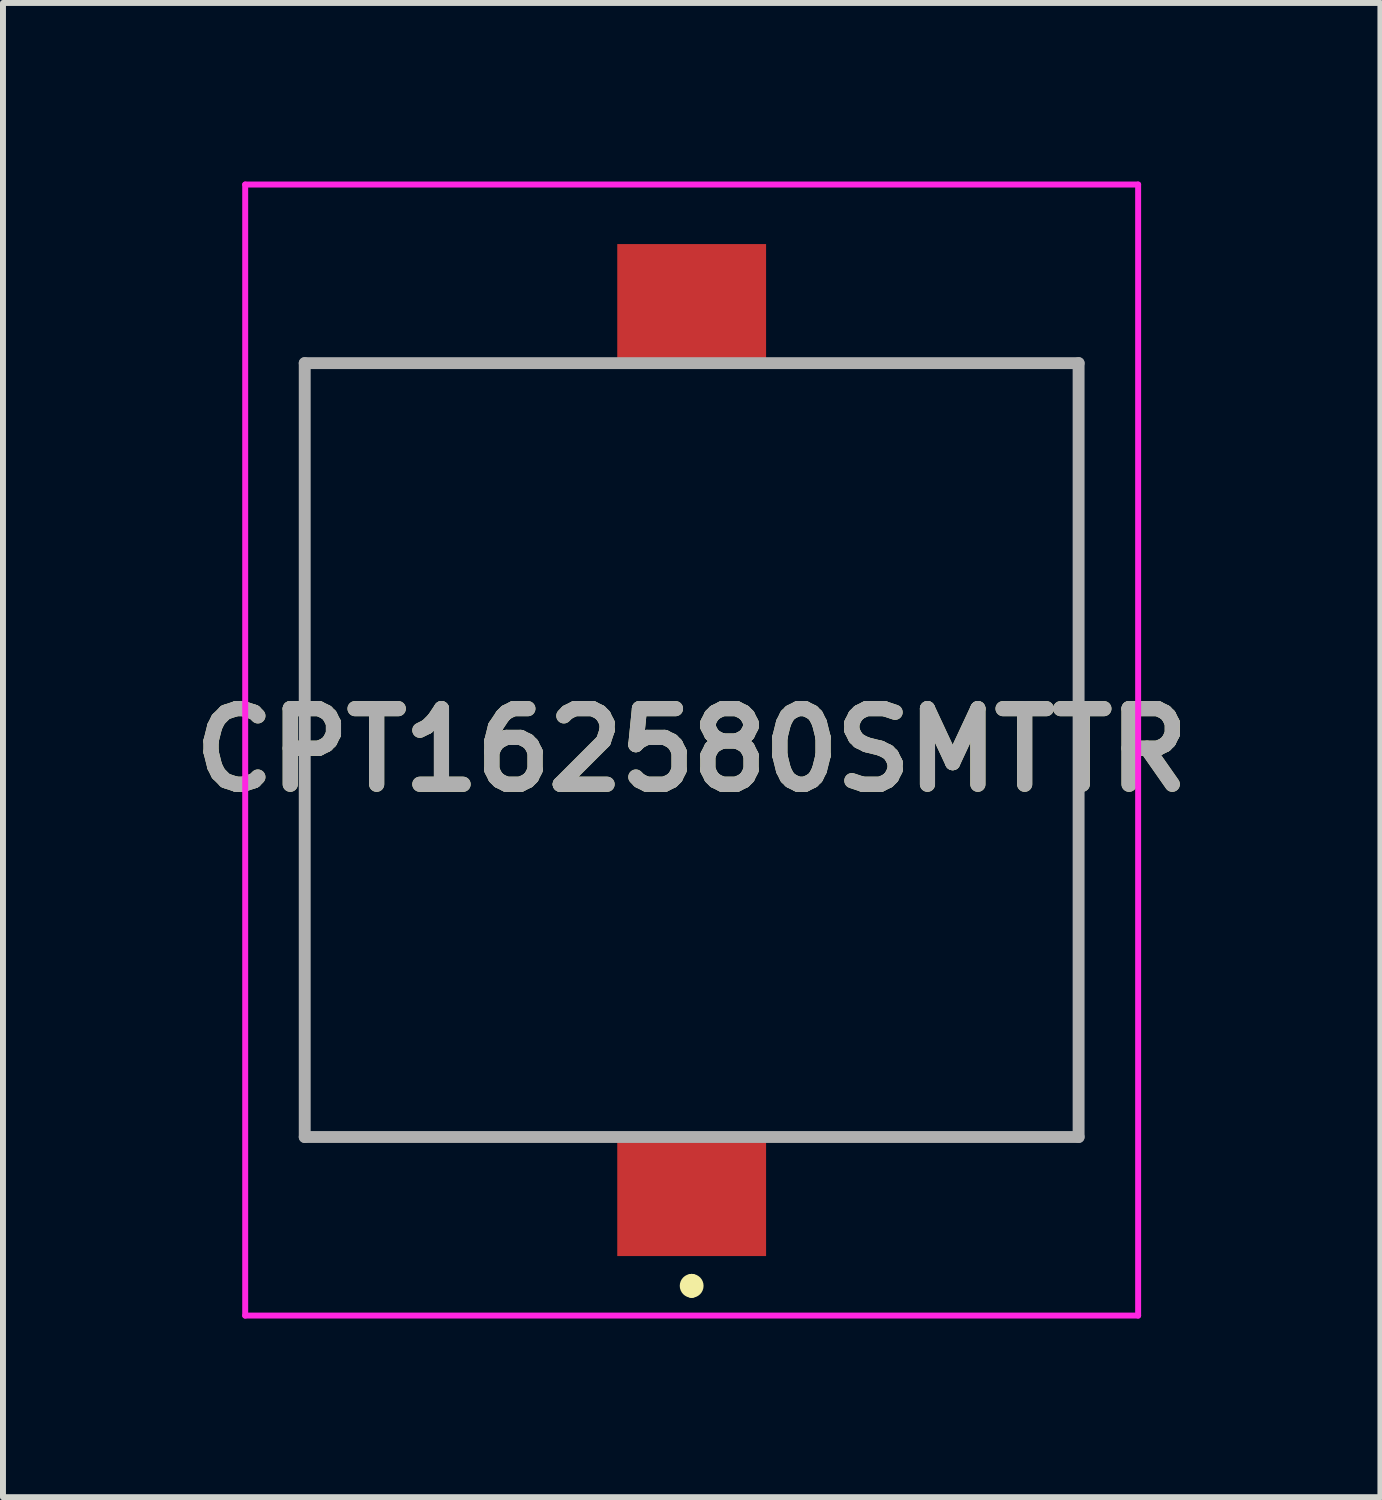
<source format=kicad_pcb>
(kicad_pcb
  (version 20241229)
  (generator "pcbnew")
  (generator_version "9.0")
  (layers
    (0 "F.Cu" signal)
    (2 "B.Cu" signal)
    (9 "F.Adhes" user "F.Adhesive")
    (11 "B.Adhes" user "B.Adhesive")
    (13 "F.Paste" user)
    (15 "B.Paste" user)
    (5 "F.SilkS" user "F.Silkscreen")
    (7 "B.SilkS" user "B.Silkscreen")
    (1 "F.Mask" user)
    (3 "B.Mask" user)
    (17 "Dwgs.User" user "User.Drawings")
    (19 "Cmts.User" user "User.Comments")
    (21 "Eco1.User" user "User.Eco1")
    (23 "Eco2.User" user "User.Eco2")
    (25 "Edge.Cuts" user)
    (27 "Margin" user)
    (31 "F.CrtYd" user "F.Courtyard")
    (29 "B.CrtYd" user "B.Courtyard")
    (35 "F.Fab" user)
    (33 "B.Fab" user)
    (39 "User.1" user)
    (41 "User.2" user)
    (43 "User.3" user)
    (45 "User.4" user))
  (footprint "CPT162580SMTTR"
    (layer "F.Cu")
    (at 8.569 9.55)
    (property "Reference" "CPT162580SMTTR" (at 0 0 0) (layer "F.SilkS") (effects (font (size 1.27 1.27) (thickness 0.254))))
    (attr smd)
    (fp_line (start -6.5 -6.5) (end -6.5 6.5) (stroke (width 0.1) (type solid)) (layer "F.SilkS"))
    (fp_line (start -6.5 6.5) (end -2 6.5) (stroke (width 0.1) (type solid)) (layer "F.SilkS"))
    (fp_line (start -2 -6.5) (end -6.5 -6.5) (stroke (width 0.1) (type solid)) (layer "F.SilkS"))
    (fp_line (start 0 8.9) (end 0 8.9) (stroke (width 0.2) (type solid)) (layer "F.SilkS"))
    (fp_line (start 0 9.1) (end 0 9.1) (stroke (width 0.2) (type solid)) (layer "F.SilkS"))
    (fp_line (start 2 -6.5) (end 6.5 -6.5) (stroke (width 0.1) (type solid)) (layer "F.SilkS"))
    (fp_line (start 6.5 -6.5) (end 6.5 6.5) (stroke (width 0.1) (type solid)) (layer "F.SilkS"))
    (fp_line (start 6.5 6.5) (end 2 6.5) (stroke (width 0.1) (type solid)) (layer "F.SilkS"))
    (fp_arc (start 0 8.9) (mid 0.1 9) (end 0 9.1) (stroke (width 0.2) (type solid)) (layer "F.SilkS"))
    (fp_arc (start 0 9.1) (mid -0.1 9) (end 0 8.9) (stroke (width 0.2) (type solid)) (layer "F.SilkS"))
    (fp_line (start -7.5 -9.5) (end 7.5 -9.5) (stroke (width 0.1) (type solid)) (layer "F.CrtYd"))
    (fp_line (start -7.5 9.5) (end -7.5 -9.5) (stroke (width 0.1) (type solid)) (layer "F.CrtYd"))
    (fp_line (start 7.5 -9.5) (end 7.5 9.5) (stroke (width 0.1) (type solid)) (layer "F.CrtYd"))
    (fp_line (start 7.5 9.5) (end -7.5 9.5) (stroke (width 0.1) (type solid)) (layer "F.CrtYd"))
    (fp_line (start -6.5 -6.5) (end 6.5 -6.5) (stroke (width 0.2) (type solid)) (layer "F.Fab"))
    (fp_line (start -6.5 6.5) (end -6.5 -6.5) (stroke (width 0.2) (type solid)) (layer "F.Fab"))
    (fp_line (start 6.5 -6.5) (end 6.5 6.5) (stroke (width 0.2) (type solid)) (layer "F.Fab"))
    (fp_line (start 6.5 6.5) (end -6.5 6.5) (stroke (width 0.2) (type solid)) (layer "F.Fab"))
    (fp_text user "${REFERENCE}" (at 0 0 0) (layer "F.Fab") (effects (font (size 1.27 1.27) (thickness 0.254))))
    (pad "1" smd rect (at 0 7.5 90) (size 2 2.5) (layers "F.Cu" "F.Mask" "F.Paste"))
    (pad "2" smd rect (at 0 -7.5 90) (size 2 2.5) (layers "F.Cu" "F.Mask" "F.Paste")))
  (gr_rect
    (start -3 -3)
    (end 20.139 22.1)
    (stroke (width 0.1) (type default))
    (fill no)
    (layer "Edge.Cuts")))
</source>
